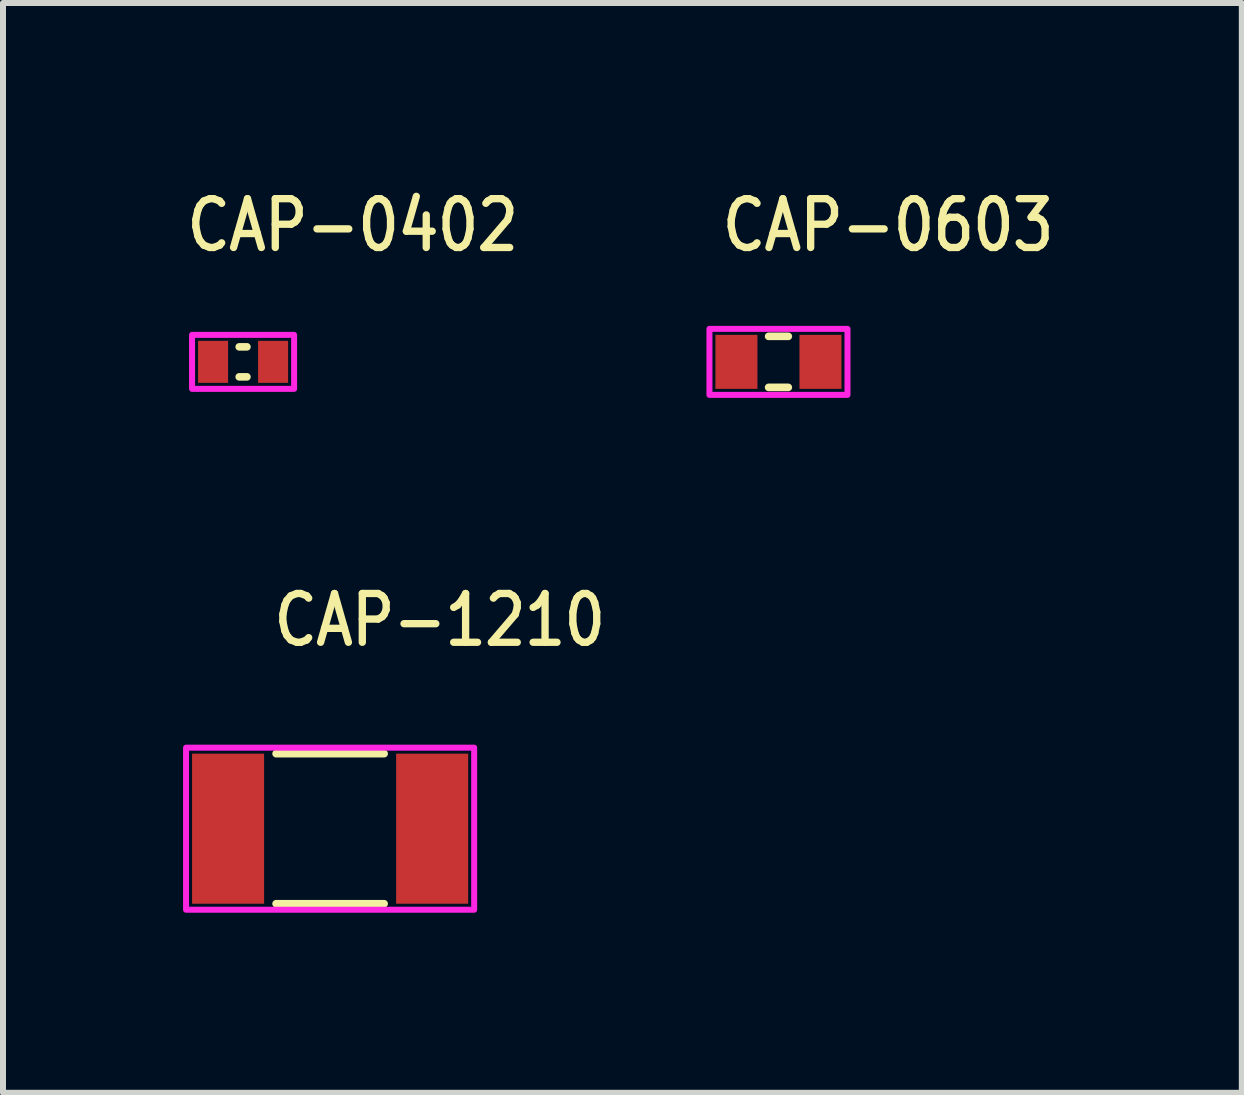
<source format=kicad_pcb>
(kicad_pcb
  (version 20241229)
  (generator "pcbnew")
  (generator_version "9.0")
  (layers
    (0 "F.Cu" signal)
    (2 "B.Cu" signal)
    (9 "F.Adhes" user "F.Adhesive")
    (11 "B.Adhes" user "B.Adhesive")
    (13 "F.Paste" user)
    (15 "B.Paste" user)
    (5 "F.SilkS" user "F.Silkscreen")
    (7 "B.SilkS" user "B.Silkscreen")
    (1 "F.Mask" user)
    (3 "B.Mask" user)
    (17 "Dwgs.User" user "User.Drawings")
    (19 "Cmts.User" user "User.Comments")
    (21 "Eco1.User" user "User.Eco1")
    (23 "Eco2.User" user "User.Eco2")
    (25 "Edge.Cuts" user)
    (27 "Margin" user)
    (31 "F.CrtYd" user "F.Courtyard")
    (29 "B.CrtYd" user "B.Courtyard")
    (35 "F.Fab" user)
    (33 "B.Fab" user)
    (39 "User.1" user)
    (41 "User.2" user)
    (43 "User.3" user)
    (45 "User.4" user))
  (footprint "CAP-0402"
    (layer "F.Cu")
    (at 1 2.979)
    (property "Reference" "CAP-0402" (at -1 -1.8 0) (unlocked yes) (layer "F.SilkS") (effects (font (size 0.813 0.695) (thickness 0.122)) (justify left bottom)))
    (fp_line (start -0.064 -0.25) (end 0.064 -0.25) (stroke (width 0.127) (type solid)) (layer "F.SilkS"))
    (fp_line (start -0.064 0.25) (end 0.064 0.25) (stroke (width 0.127) (type solid)) (layer "F.SilkS"))
    (fp_poly (pts (xy -0.85 -0.45) (xy 0.85 -0.45) (xy 0.85 0.45) (xy -0.85 0.45)) (stroke (width 0.1) (type solid)) (fill no) (layer "F.CrtYd"))
    (pad "1" smd rect (at -0.5 0) (size 0.5 0.7) (layers "F.Cu" "F.Mask" "F.Paste"))
    (pad "2" smd rect (at 0.5 0) (size 0.5 0.7) (layers "F.Cu" "F.Mask" "F.Paste")))
  (footprint "CAP-0603"
    (layer "F.Cu")
    (at 9.92 2.979)
    (property "Reference" "CAP-0603" (at -1 -1.8 0) (unlocked yes) (layer "F.SilkS") (effects (font (size 0.813 0.695) (thickness 0.122)) (justify left bottom)))
    (fp_line (start -0.164 -0.425) (end 0.164 -0.425) (stroke (width 0.127) (type solid)) (layer "F.SilkS"))
    (fp_line (start -0.164 0.425) (end 0.164 0.425) (stroke (width 0.127) (type solid)) (layer "F.SilkS"))
    (fp_poly (pts (xy -1.15 -0.55) (xy 1.15 -0.55) (xy 1.15 0.55) (xy -1.15 0.55)) (stroke (width 0.1) (type solid)) (fill no) (layer "F.CrtYd"))
    (pad "1" smd rect (at -0.7 0) (size 0.7 0.9) (layers "F.Cu" "F.Mask" "F.Paste"))
    (pad "2" smd rect (at 0.7 0) (size 0.7 0.9) (layers "F.Cu" "F.Mask" "F.Paste")))
  (footprint "CAP-1210"
    (layer "F.Cu")
    (at 2.45 10.757)
    (property "Reference" "CAP-1210" (at -1 -3 0) (unlocked yes) (layer "F.SilkS") (effects (font (size 0.813 0.695) (thickness 0.122)) (justify left bottom)))
    (fp_line (start -0.9 -1.25) (end 0.9 -1.25) (stroke (width 0.127) (type solid)) (layer "F.SilkS"))
    (fp_line (start -0.9 1.25) (end 0.9 1.25) (stroke (width 0.127) (type solid)) (layer "F.SilkS"))
    (fp_poly (pts (xy -2.4 -1.35) (xy 2.4 -1.35) (xy 2.4 1.35) (xy -2.4 1.35)) (stroke (width 0.1) (type solid)) (fill no) (layer "F.CrtYd"))
    (pad "1" smd rect (at -1.7 0) (size 1.2 2.5) (layers "F.Cu" "F.Mask" "F.Paste"))
    (pad "2" smd rect (at 1.7 0) (size 1.2 2.5) (layers "F.Cu" "F.Mask" "F.Paste")))
  (gr_rect
    (start -3 -3)
    (end 17.64 15.157)
    (stroke (width 0.1) (type default))
    (fill no)
    (layer "Edge.Cuts")))
</source>
